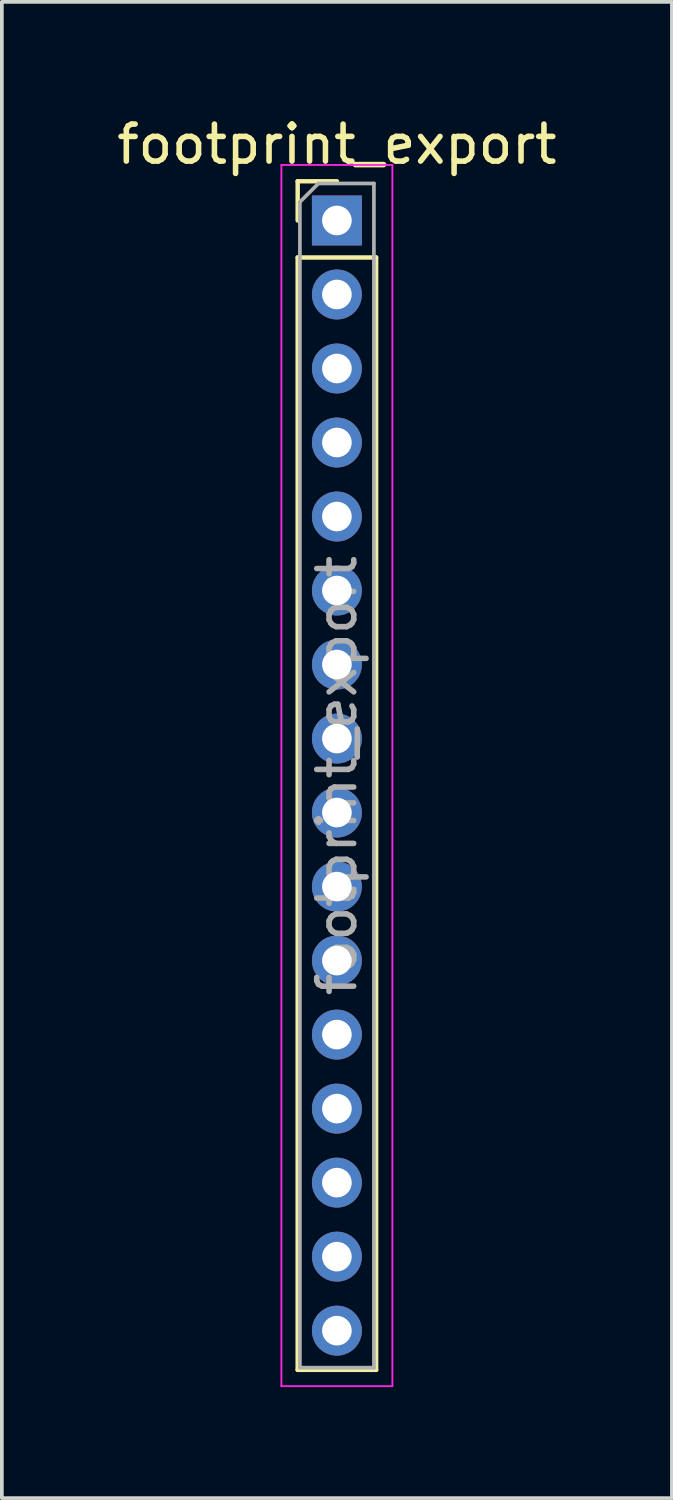
<source format=kicad_pcb>
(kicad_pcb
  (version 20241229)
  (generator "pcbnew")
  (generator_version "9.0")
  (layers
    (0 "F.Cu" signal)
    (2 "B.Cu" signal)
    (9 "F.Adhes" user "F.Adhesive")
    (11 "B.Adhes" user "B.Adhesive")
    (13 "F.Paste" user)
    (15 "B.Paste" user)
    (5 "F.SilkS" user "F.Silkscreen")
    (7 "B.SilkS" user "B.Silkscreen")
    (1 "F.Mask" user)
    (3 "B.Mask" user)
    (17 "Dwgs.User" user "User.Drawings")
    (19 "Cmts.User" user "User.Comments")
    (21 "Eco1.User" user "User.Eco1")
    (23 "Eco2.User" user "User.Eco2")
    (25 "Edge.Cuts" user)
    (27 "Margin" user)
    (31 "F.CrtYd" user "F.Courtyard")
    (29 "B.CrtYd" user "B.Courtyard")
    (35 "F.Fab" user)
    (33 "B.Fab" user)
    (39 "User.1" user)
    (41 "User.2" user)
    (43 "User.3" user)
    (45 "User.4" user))
  (footprint "footprint_export"
    (layer "F.Cu")
    (at 6.054 2.908)
    (property "Reference" "footprint_export" (at 0 -2.06 0) (layer "F.SilkS") (effects (font (size 1 1) (thickness 0.15))))
    (attr through_hole)
    (fp_line (start -1.06 -1.06) (end 0 -1.06) (stroke (width 0.12) (type solid)) (layer "F.SilkS"))
    (fp_line (start -1.06 0) (end -1.06 -1.06) (stroke (width 0.12) (type solid)) (layer "F.SilkS"))
    (fp_line (start -1.06 1) (end -1.06 31.06) (stroke (width 0.12) (type solid)) (layer "F.SilkS"))
    (fp_line (start -1.06 1) (end 1.06 1) (stroke (width 0.12) (type solid)) (layer "F.SilkS"))
    (fp_line (start -1.06 31.06) (end 1.06 31.06) (stroke (width 0.12) (type solid)) (layer "F.SilkS"))
    (fp_line (start 1.06 1) (end 1.06 31.06) (stroke (width 0.12) (type solid)) (layer "F.SilkS"))
    (fp_line (start -1.5 -1.5) (end -1.5 31.5) (stroke (width 0.05) (type solid)) (layer "F.CrtYd"))
    (fp_line (start -1.5 31.5) (end 1.5 31.5) (stroke (width 0.05) (type solid)) (layer "F.CrtYd"))
    (fp_line (start 1.5 -1.5) (end -1.5 -1.5) (stroke (width 0.05) (type solid)) (layer "F.CrtYd"))
    (fp_line (start 1.5 31.5) (end 1.5 -1.5) (stroke (width 0.05) (type solid)) (layer "F.CrtYd"))
    (fp_line (start -1 -0.5) (end -0.5 -1) (stroke (width 0.1) (type solid)) (layer "F.Fab"))
    (fp_line (start -1 31) (end -1 -0.5) (stroke (width 0.1) (type solid)) (layer "F.Fab"))
    (fp_line (start -0.5 -1) (end 1 -1) (stroke (width 0.1) (type solid)) (layer "F.Fab"))
    (fp_line (start 1 -1) (end 1 31) (stroke (width 0.1) (type solid)) (layer "F.Fab"))
    (fp_line (start 1 31) (end -1 31) (stroke (width 0.1) (type solid)) (layer "F.Fab"))
    (fp_text user "${REFERENCE}" (at 0 15 90) (layer "F.Fab") (effects (font (size 1 1) (thickness 0.15))))
    (pad "1" thru_hole rect (at 0 0) (size 1.35 1.35) (drill 0.8) (layers "*.Cu" "*.Mask"))
    (pad "2" thru_hole oval (at 0 2) (size 1.35 1.35) (drill 0.8) (layers "*.Cu" "*.Mask"))
    (pad "3" thru_hole oval (at 0 4) (size 1.35 1.35) (drill 0.8) (layers "*.Cu" "*.Mask"))
    (pad "4" thru_hole oval (at 0 6) (size 1.35 1.35) (drill 0.8) (layers "*.Cu" "*.Mask"))
    (pad "5" thru_hole oval (at 0 8) (size 1.35 1.35) (drill 0.8) (layers "*.Cu" "*.Mask"))
    (pad "6" thru_hole oval (at 0 10) (size 1.35 1.35) (drill 0.8) (layers "*.Cu" "*.Mask"))
    (pad "7" thru_hole oval (at 0 12) (size 1.35 1.35) (drill 0.8) (layers "*.Cu" "*.Mask"))
    (pad "8" thru_hole oval (at 0 14) (size 1.35 1.35) (drill 0.8) (layers "*.Cu" "*.Mask"))
    (pad "9" thru_hole oval (at 0 16) (size 1.35 1.35) (drill 0.8) (layers "*.Cu" "*.Mask"))
    (pad "10" thru_hole oval (at 0 18) (size 1.35 1.35) (drill 0.8) (layers "*.Cu" "*.Mask"))
    (pad "11" thru_hole oval (at 0 20) (size 1.35 1.35) (drill 0.8) (layers "*.Cu" "*.Mask"))
    (pad "12" thru_hole oval (at 0 22) (size 1.35 1.35) (drill 0.8) (layers "*.Cu" "*.Mask"))
    (pad "13" thru_hole oval (at 0 24) (size 1.35 1.35) (drill 0.8) (layers "*.Cu" "*.Mask"))
    (pad "14" thru_hole oval (at 0 26) (size 1.35 1.35) (drill 0.8) (layers "*.Cu" "*.Mask"))
    (pad "15" thru_hole oval (at 0 28) (size 1.35 1.35) (drill 0.8) (layers "*.Cu" "*.Mask"))
    (pad "16" thru_hole oval (at 0 30) (size 1.35 1.35) (drill 0.8) (layers "*.Cu" "*.Mask")))
  (gr_rect
    (start -3 -3)
    (end 15.107 37.433)
    (stroke (width 0.1) (type default))
    (fill no)
    (layer "Edge.Cuts")))
</source>
